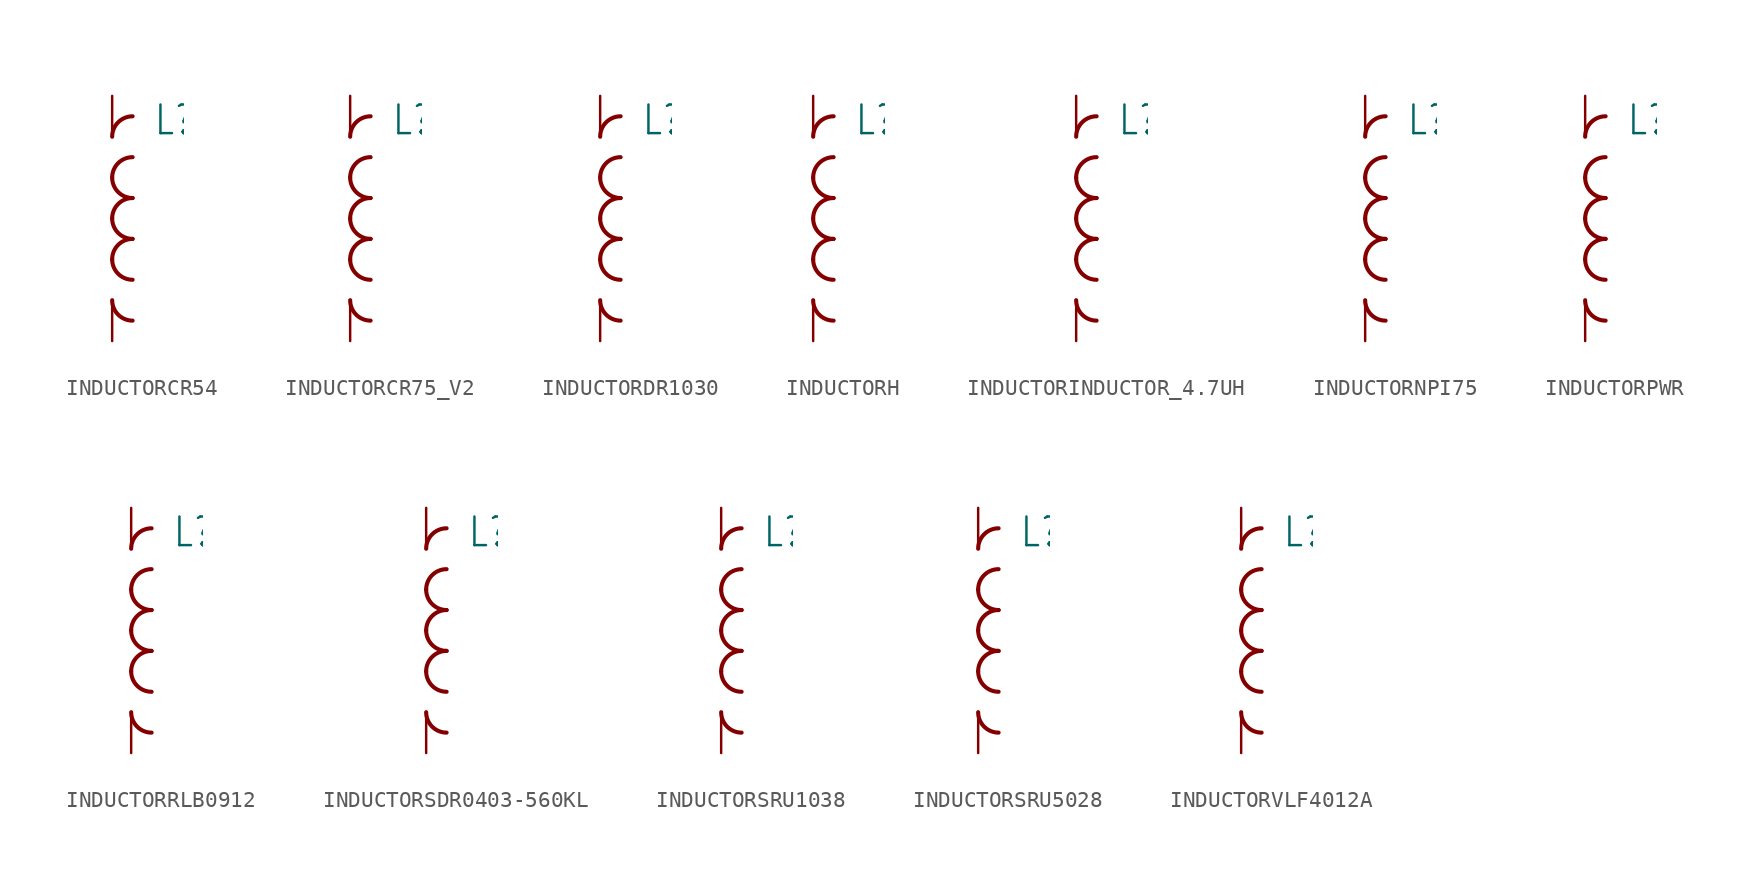
<source format=kicad_sym>
(kicad_symbol_lib
  (version 20241209)
  (generator "kicad_symbol_editor")
  (generator_version "9.0")
  (symbol "INDUCTORCR54"
    (property "Reference" "L"
      (at 2.54 5.08 0)
      (effects (font (size 1.778 1.511)) (justify left bottom)))
    (property "Value" ""
      (at 2.54 -5.08 0)
      (effects (font (size 1.778 1.511)) (justify left bottom)))
    (property "ki_locked" ""
      (at 0 0 0)
      (effects (font (size 1.27 1.27))))
    (symbol "INDUCTORCR54_1_0"
      (arc (start 0 5.08) (mid 0.372 5.978) (end 1.27 6.35) (stroke (width 0.254) (type solid)) (fill (type none)))
      (arc (start 0 2.54) (mid 0.372 3.438) (end 1.27 3.81) (stroke (width 0.254) (type solid)) (fill (type none)))
      (arc (start 1.27 1.27) (mid 0.372 1.642) (end 0 2.54) (stroke (width 0.254) (type solid)) (fill (type none)))
      (arc (start 0 0) (mid 0.372 0.898) (end 1.27 1.27) (stroke (width 0.254) (type solid)) (fill (type none)))
      (arc (start 1.27 -1.27) (mid 0.372 -0.898) (end 0 0) (stroke (width 0.254) (type solid)) (fill (type none)))
      (arc (start 0 -2.54) (mid 0.372 -1.642) (end 1.27 -1.27) (stroke (width 0.254) (type solid)) (fill (type none)))
      (arc (start 1.27 -3.81) (mid 0.372 -3.438) (end 0 -2.54) (stroke (width 0.254) (type solid)) (fill (type none)))
      (arc (start 1.27 -6.35) (mid 0.372 -5.978) (end 0 -5.08) (stroke (width 0.254) (type solid)) (fill (type none)))
      (pin passive line (at 0 7.62 270) (length 2.54) (name "1" (effects (font (size 0 0)))) (number "P$1" (effects (font (size 0 0)))))
      (pin passive line (at 0 -7.62 90) (length 2.54) (name "2" (effects (font (size 0 0)))) (number "P$2" (effects (font (size 0 0)))))))
  (symbol "INDUCTORCR75_V2"
    (property "Reference" "L"
      (at 2.54 5.08 0)
      (effects (font (size 1.778 1.511)) (justify left bottom)))
    (property "Value" ""
      (at 2.54 -5.08 0)
      (effects (font (size 1.778 1.511)) (justify left bottom)))
    (property "ki_locked" ""
      (at 0 0 0)
      (effects (font (size 1.27 1.27))))
    (symbol "INDUCTORCR75_V2_1_0"
      (arc (start 0 5.08) (mid 0.372 5.978) (end 1.27 6.35) (stroke (width 0.254) (type solid)) (fill (type none)))
      (arc (start 0 2.54) (mid 0.372 3.438) (end 1.27 3.81) (stroke (width 0.254) (type solid)) (fill (type none)))
      (arc (start 1.27 1.27) (mid 0.372 1.642) (end 0 2.54) (stroke (width 0.254) (type solid)) (fill (type none)))
      (arc (start 0 0) (mid 0.372 0.898) (end 1.27 1.27) (stroke (width 0.254) (type solid)) (fill (type none)))
      (arc (start 1.27 -1.27) (mid 0.372 -0.898) (end 0 0) (stroke (width 0.254) (type solid)) (fill (type none)))
      (arc (start 0 -2.54) (mid 0.372 -1.642) (end 1.27 -1.27) (stroke (width 0.254) (type solid)) (fill (type none)))
      (arc (start 1.27 -3.81) (mid 0.372 -3.438) (end 0 -2.54) (stroke (width 0.254) (type solid)) (fill (type none)))
      (arc (start 1.27 -6.35) (mid 0.372 -5.978) (end 0 -5.08) (stroke (width 0.254) (type solid)) (fill (type none)))
      (pin passive line (at 0 7.62 270) (length 2.54) (name "1" (effects (font (size 0 0)))) (number "P$1" (effects (font (size 0 0)))))
      (pin passive line (at 0 -7.62 90) (length 2.54) (name "2" (effects (font (size 0 0)))) (number "P$2" (effects (font (size 0 0)))))))
  (symbol "INDUCTORDR1030"
    (property "Reference" "L"
      (at 2.54 5.08 0)
      (effects (font (size 1.778 1.511)) (justify left bottom)))
    (property "Value" ""
      (at 2.54 -5.08 0)
      (effects (font (size 1.778 1.511)) (justify left bottom)))
    (property "ki_locked" ""
      (at 0 0 0)
      (effects (font (size 1.27 1.27))))
    (symbol "INDUCTORDR1030_1_0"
      (arc (start 0 5.08) (mid 0.372 5.978) (end 1.27 6.35) (stroke (width 0.254) (type solid)) (fill (type none)))
      (arc (start 0 2.54) (mid 0.372 3.438) (end 1.27 3.81) (stroke (width 0.254) (type solid)) (fill (type none)))
      (arc (start 1.27 1.27) (mid 0.372 1.642) (end 0 2.54) (stroke (width 0.254) (type solid)) (fill (type none)))
      (arc (start 0 0) (mid 0.372 0.898) (end 1.27 1.27) (stroke (width 0.254) (type solid)) (fill (type none)))
      (arc (start 1.27 -1.27) (mid 0.372 -0.898) (end 0 0) (stroke (width 0.254) (type solid)) (fill (type none)))
      (arc (start 0 -2.54) (mid 0.372 -1.642) (end 1.27 -1.27) (stroke (width 0.254) (type solid)) (fill (type none)))
      (arc (start 1.27 -3.81) (mid 0.372 -3.438) (end 0 -2.54) (stroke (width 0.254) (type solid)) (fill (type none)))
      (arc (start 1.27 -6.35) (mid 0.372 -5.978) (end 0 -5.08) (stroke (width 0.254) (type solid)) (fill (type none)))
      (pin passive line (at 0 7.62 270) (length 2.54) (name "1" (effects (font (size 0 0)))) (number "1" (effects (font (size 0 0)))))
      (pin passive line (at 0 -7.62 90) (length 2.54) (name "2" (effects (font (size 0 0)))) (number "2" (effects (font (size 0 0)))))))
  (symbol "INDUCTORH"
    (property "Reference" "L"
      (at 2.54 5.08 0)
      (effects (font (size 1.778 1.511)) (justify left bottom)))
    (property "Value" ""
      (at 2.54 -5.08 0)
      (effects (font (size 1.778 1.511)) (justify left bottom)))
    (property "ki_locked" ""
      (at 0 0 0)
      (effects (font (size 1.27 1.27))))
    (symbol "INDUCTORH_1_0"
      (arc (start 0 5.08) (mid 0.372 5.978) (end 1.27 6.35) (stroke (width 0.254) (type solid)) (fill (type none)))
      (arc (start 0 2.54) (mid 0.372 3.438) (end 1.27 3.81) (stroke (width 0.254) (type solid)) (fill (type none)))
      (arc (start 1.27 1.27) (mid 0.372 1.642) (end 0 2.54) (stroke (width 0.254) (type solid)) (fill (type none)))
      (arc (start 0 0) (mid 0.372 0.898) (end 1.27 1.27) (stroke (width 0.254) (type solid)) (fill (type none)))
      (arc (start 1.27 -1.27) (mid 0.372 -0.898) (end 0 0) (stroke (width 0.254) (type solid)) (fill (type none)))
      (arc (start 0 -2.54) (mid 0.372 -1.642) (end 1.27 -1.27) (stroke (width 0.254) (type solid)) (fill (type none)))
      (arc (start 1.27 -3.81) (mid 0.372 -3.438) (end 0 -2.54) (stroke (width 0.254) (type solid)) (fill (type none)))
      (arc (start 1.27 -6.35) (mid 0.372 -5.978) (end 0 -5.08) (stroke (width 0.254) (type solid)) (fill (type none)))
      (pin passive line (at 0 7.62 270) (length 2.54) (name "1" (effects (font (size 0 0)))) (number "P$1" (effects (font (size 0 0)))))
      (pin passive line (at 0 -7.62 90) (length 2.54) (name "2" (effects (font (size 0 0)))) (number "P$2" (effects (font (size 0 0)))))))
  (symbol "INDUCTORINDUCTOR_4.7UH"
    (property "Reference" "L"
      (at 2.54 5.08 0)
      (effects (font (size 1.778 1.511)) (justify left bottom)))
    (property "Value" ""
      (at 2.54 -5.08 0)
      (effects (font (size 1.778 1.511)) (justify left bottom)))
    (property "ki_locked" ""
      (at 0 0 0)
      (effects (font (size 1.27 1.27))))
    (symbol "INDUCTORINDUCTOR_4.7UH_1_0"
      (arc (start 0 5.08) (mid 0.372 5.978) (end 1.27 6.35) (stroke (width 0.254) (type solid)) (fill (type none)))
      (arc (start 0 2.54) (mid 0.372 3.438) (end 1.27 3.81) (stroke (width 0.254) (type solid)) (fill (type none)))
      (arc (start 1.27 1.27) (mid 0.372 1.642) (end 0 2.54) (stroke (width 0.254) (type solid)) (fill (type none)))
      (arc (start 0 0) (mid 0.372 0.898) (end 1.27 1.27) (stroke (width 0.254) (type solid)) (fill (type none)))
      (arc (start 1.27 -1.27) (mid 0.372 -0.898) (end 0 0) (stroke (width 0.254) (type solid)) (fill (type none)))
      (arc (start 0 -2.54) (mid 0.372 -1.642) (end 1.27 -1.27) (stroke (width 0.254) (type solid)) (fill (type none)))
      (arc (start 1.27 -3.81) (mid 0.372 -3.438) (end 0 -2.54) (stroke (width 0.254) (type solid)) (fill (type none)))
      (arc (start 1.27 -6.35) (mid 0.372 -5.978) (end 0 -5.08) (stroke (width 0.254) (type solid)) (fill (type none)))
      (pin passive line (at 0 7.62 270) (length 2.54) (name "1" (effects (font (size 0 0)))) (number "P$1" (effects (font (size 0 0)))))
      (pin passive line (at 0 -7.62 90) (length 2.54) (name "2" (effects (font (size 0 0)))) (number "P$2" (effects (font (size 0 0)))))))
  (symbol "INDUCTORNPI75"
    (property "Reference" "L"
      (at 2.54 5.08 0)
      (effects (font (size 1.778 1.511)) (justify left bottom)))
    (property "Value" ""
      (at 2.54 -5.08 0)
      (effects (font (size 1.778 1.511)) (justify left bottom)))
    (property "ki_locked" ""
      (at 0 0 0)
      (effects (font (size 1.27 1.27))))
    (symbol "INDUCTORNPI75_1_0"
      (arc (start 0 5.08) (mid 0.372 5.978) (end 1.27 6.35) (stroke (width 0.254) (type solid)) (fill (type none)))
      (arc (start 0 2.54) (mid 0.372 3.438) (end 1.27 3.81) (stroke (width 0.254) (type solid)) (fill (type none)))
      (arc (start 1.27 1.27) (mid 0.372 1.642) (end 0 2.54) (stroke (width 0.254) (type solid)) (fill (type none)))
      (arc (start 0 0) (mid 0.372 0.898) (end 1.27 1.27) (stroke (width 0.254) (type solid)) (fill (type none)))
      (arc (start 1.27 -1.27) (mid 0.372 -0.898) (end 0 0) (stroke (width 0.254) (type solid)) (fill (type none)))
      (arc (start 0 -2.54) (mid 0.372 -1.642) (end 1.27 -1.27) (stroke (width 0.254) (type solid)) (fill (type none)))
      (arc (start 1.27 -3.81) (mid 0.372 -3.438) (end 0 -2.54) (stroke (width 0.254) (type solid)) (fill (type none)))
      (arc (start 1.27 -6.35) (mid 0.372 -5.978) (end 0 -5.08) (stroke (width 0.254) (type solid)) (fill (type none)))
      (pin passive line (at 0 7.62 270) (length 2.54) (name "1" (effects (font (size 0 0)))) (number "1" (effects (font (size 0 0)))))
      (pin passive line (at 0 -7.62 90) (length 2.54) (name "2" (effects (font (size 0 0)))) (number "2" (effects (font (size 0 0)))))))
  (symbol "INDUCTORPWR"
    (property "Reference" "L"
      (at 2.54 5.08 0)
      (effects (font (size 1.778 1.511)) (justify left bottom)))
    (property "Value" ""
      (at 2.54 -5.08 0)
      (effects (font (size 1.778 1.511)) (justify left bottom)))
    (property "ki_locked" ""
      (at 0 0 0)
      (effects (font (size 1.27 1.27))))
    (symbol "INDUCTORPWR_1_0"
      (arc (start 0 5.08) (mid 0.372 5.978) (end 1.27 6.35) (stroke (width 0.254) (type solid)) (fill (type none)))
      (arc (start 0 2.54) (mid 0.372 3.438) (end 1.27 3.81) (stroke (width 0.254) (type solid)) (fill (type none)))
      (arc (start 1.27 1.27) (mid 0.372 1.642) (end 0 2.54) (stroke (width 0.254) (type solid)) (fill (type none)))
      (arc (start 0 0) (mid 0.372 0.898) (end 1.27 1.27) (stroke (width 0.254) (type solid)) (fill (type none)))
      (arc (start 1.27 -1.27) (mid 0.372 -0.898) (end 0 0) (stroke (width 0.254) (type solid)) (fill (type none)))
      (arc (start 0 -2.54) (mid 0.372 -1.642) (end 1.27 -1.27) (stroke (width 0.254) (type solid)) (fill (type none)))
      (arc (start 1.27 -3.81) (mid 0.372 -3.438) (end 0 -2.54) (stroke (width 0.254) (type solid)) (fill (type none)))
      (arc (start 1.27 -6.35) (mid 0.372 -5.978) (end 0 -5.08) (stroke (width 0.254) (type solid)) (fill (type none)))
      (pin passive line (at 0 7.62 270) (length 2.54) (name "1" (effects (font (size 0 0)))) (number "1" (effects (font (size 0 0)))))
      (pin passive line (at 0 -7.62 90) (length 2.54) (name "2" (effects (font (size 0 0)))) (number "2" (effects (font (size 0 0)))))))
  (symbol "INDUCTORRLB0912"
    (property "Reference" "L"
      (at 2.54 5.08 0)
      (effects (font (size 1.778 1.511)) (justify left bottom)))
    (property "Value" ""
      (at 2.54 -5.08 0)
      (effects (font (size 1.778 1.511)) (justify left bottom)))
    (property "ki_locked" ""
      (at 0 0 0)
      (effects (font (size 1.27 1.27))))
    (symbol "INDUCTORRLB0912_1_0"
      (arc (start 0 5.08) (mid 0.372 5.978) (end 1.27 6.35) (stroke (width 0.254) (type solid)) (fill (type none)))
      (arc (start 0 2.54) (mid 0.372 3.438) (end 1.27 3.81) (stroke (width 0.254) (type solid)) (fill (type none)))
      (arc (start 1.27 1.27) (mid 0.372 1.642) (end 0 2.54) (stroke (width 0.254) (type solid)) (fill (type none)))
      (arc (start 0 0) (mid 0.372 0.898) (end 1.27 1.27) (stroke (width 0.254) (type solid)) (fill (type none)))
      (arc (start 1.27 -1.27) (mid 0.372 -0.898) (end 0 0) (stroke (width 0.254) (type solid)) (fill (type none)))
      (arc (start 0 -2.54) (mid 0.372 -1.642) (end 1.27 -1.27) (stroke (width 0.254) (type solid)) (fill (type none)))
      (arc (start 1.27 -3.81) (mid 0.372 -3.438) (end 0 -2.54) (stroke (width 0.254) (type solid)) (fill (type none)))
      (arc (start 1.27 -6.35) (mid 0.372 -5.978) (end 0 -5.08) (stroke (width 0.254) (type solid)) (fill (type none)))
      (pin passive line (at 0 7.62 270) (length 2.54) (name "1" (effects (font (size 0 0)))) (number "1" (effects (font (size 0 0)))))
      (pin passive line (at 0 -7.62 90) (length 2.54) (name "2" (effects (font (size 0 0)))) (number "2" (effects (font (size 0 0)))))))
  (symbol "INDUCTORSDR0403-560KL"
    (property "Reference" "L"
      (at 2.54 5.08 0)
      (effects (font (size 1.778 1.511)) (justify left bottom)))
    (property "Value" ""
      (at 2.54 -5.08 0)
      (effects (font (size 1.778 1.511)) (justify left bottom)))
    (property "ki_locked" ""
      (at 0 0 0)
      (effects (font (size 1.27 1.27))))
    (symbol "INDUCTORSDR0403-560KL_1_0"
      (arc (start 0 5.08) (mid 0.372 5.978) (end 1.27 6.35) (stroke (width 0.254) (type solid)) (fill (type none)))
      (arc (start 0 2.54) (mid 0.372 3.438) (end 1.27 3.81) (stroke (width 0.254) (type solid)) (fill (type none)))
      (arc (start 1.27 1.27) (mid 0.372 1.642) (end 0 2.54) (stroke (width 0.254) (type solid)) (fill (type none)))
      (arc (start 0 0) (mid 0.372 0.898) (end 1.27 1.27) (stroke (width 0.254) (type solid)) (fill (type none)))
      (arc (start 1.27 -1.27) (mid 0.372 -0.898) (end 0 0) (stroke (width 0.254) (type solid)) (fill (type none)))
      (arc (start 0 -2.54) (mid 0.372 -1.642) (end 1.27 -1.27) (stroke (width 0.254) (type solid)) (fill (type none)))
      (arc (start 1.27 -3.81) (mid 0.372 -3.438) (end 0 -2.54) (stroke (width 0.254) (type solid)) (fill (type none)))
      (arc (start 1.27 -6.35) (mid 0.372 -5.978) (end 0 -5.08) (stroke (width 0.254) (type solid)) (fill (type none)))
      (pin passive line (at 0 7.62 270) (length 2.54) (name "1" (effects (font (size 0 0)))) (number "P$1" (effects (font (size 0 0)))))
      (pin passive line (at 0 -7.62 90) (length 2.54) (name "2" (effects (font (size 0 0)))) (number "P$2" (effects (font (size 0 0)))))))
  (symbol "INDUCTORSRU1038"
    (property "Reference" "L"
      (at 2.54 5.08 0)
      (effects (font (size 1.778 1.511)) (justify left bottom)))
    (property "Value" ""
      (at 2.54 -5.08 0)
      (effects (font (size 1.778 1.511)) (justify left bottom)))
    (property "ki_locked" ""
      (at 0 0 0)
      (effects (font (size 1.27 1.27))))
    (symbol "INDUCTORSRU1038_1_0"
      (arc (start 0 5.08) (mid 0.372 5.978) (end 1.27 6.35) (stroke (width 0.254) (type solid)) (fill (type none)))
      (arc (start 0 2.54) (mid 0.372 3.438) (end 1.27 3.81) (stroke (width 0.254) (type solid)) (fill (type none)))
      (arc (start 1.27 1.27) (mid 0.372 1.642) (end 0 2.54) (stroke (width 0.254) (type solid)) (fill (type none)))
      (arc (start 0 0) (mid 0.372 0.898) (end 1.27 1.27) (stroke (width 0.254) (type solid)) (fill (type none)))
      (arc (start 1.27 -1.27) (mid 0.372 -0.898) (end 0 0) (stroke (width 0.254) (type solid)) (fill (type none)))
      (arc (start 0 -2.54) (mid 0.372 -1.642) (end 1.27 -1.27) (stroke (width 0.254) (type solid)) (fill (type none)))
      (arc (start 1.27 -3.81) (mid 0.372 -3.438) (end 0 -2.54) (stroke (width 0.254) (type solid)) (fill (type none)))
      (arc (start 1.27 -6.35) (mid 0.372 -5.978) (end 0 -5.08) (stroke (width 0.254) (type solid)) (fill (type none)))
      (pin passive line (at 0 7.62 270) (length 2.54) (name "1" (effects (font (size 0 0)))) (number "1" (effects (font (size 0 0)))))
      (pin passive line (at 0 -7.62 90) (length 2.54) (name "2" (effects (font (size 0 0)))) (number "2" (effects (font (size 0 0)))))))
  (symbol "INDUCTORSRU5028"
    (property "Reference" "L"
      (at 2.54 5.08 0)
      (effects (font (size 1.778 1.511)) (justify left bottom)))
    (property "Value" ""
      (at 2.54 -5.08 0)
      (effects (font (size 1.778 1.511)) (justify left bottom)))
    (property "ki_locked" ""
      (at 0 0 0)
      (effects (font (size 1.27 1.27))))
    (symbol "INDUCTORSRU5028_1_0"
      (arc (start 0 5.08) (mid 0.372 5.978) (end 1.27 6.35) (stroke (width 0.254) (type solid)) (fill (type none)))
      (arc (start 0 2.54) (mid 0.372 3.438) (end 1.27 3.81) (stroke (width 0.254) (type solid)) (fill (type none)))
      (arc (start 1.27 1.27) (mid 0.372 1.642) (end 0 2.54) (stroke (width 0.254) (type solid)) (fill (type none)))
      (arc (start 0 0) (mid 0.372 0.898) (end 1.27 1.27) (stroke (width 0.254) (type solid)) (fill (type none)))
      (arc (start 1.27 -1.27) (mid 0.372 -0.898) (end 0 0) (stroke (width 0.254) (type solid)) (fill (type none)))
      (arc (start 0 -2.54) (mid 0.372 -1.642) (end 1.27 -1.27) (stroke (width 0.254) (type solid)) (fill (type none)))
      (arc (start 1.27 -3.81) (mid 0.372 -3.438) (end 0 -2.54) (stroke (width 0.254) (type solid)) (fill (type none)))
      (arc (start 1.27 -6.35) (mid 0.372 -5.978) (end 0 -5.08) (stroke (width 0.254) (type solid)) (fill (type none)))
      (pin passive line (at 0 7.62 270) (length 2.54) (name "1" (effects (font (size 0 0)))) (number "1" (effects (font (size 0 0)))))
      (pin passive line (at 0 -7.62 90) (length 2.54) (name "2" (effects (font (size 0 0)))) (number "2" (effects (font (size 0 0)))))))
  (symbol "INDUCTORVLF4012A"
    (property "Reference" "L"
      (at 2.54 5.08 0)
      (effects (font (size 1.778 1.511)) (justify left bottom)))
    (property "Value" ""
      (at 2.54 -5.08 0)
      (effects (font (size 1.778 1.511)) (justify left bottom)))
    (property "ki_locked" ""
      (at 0 0 0)
      (effects (font (size 1.27 1.27))))
    (symbol "INDUCTORVLF4012A_1_0"
      (arc (start 0 5.08) (mid 0.372 5.978) (end 1.27 6.35) (stroke (width 0.254) (type solid)) (fill (type none)))
      (arc (start 0 2.54) (mid 0.372 3.438) (end 1.27 3.81) (stroke (width 0.254) (type solid)) (fill (type none)))
      (arc (start 1.27 1.27) (mid 0.372 1.642) (end 0 2.54) (stroke (width 0.254) (type solid)) (fill (type none)))
      (arc (start 0 0) (mid 0.372 0.898) (end 1.27 1.27) (stroke (width 0.254) (type solid)) (fill (type none)))
      (arc (start 1.27 -1.27) (mid 0.372 -0.898) (end 0 0) (stroke (width 0.254) (type solid)) (fill (type none)))
      (arc (start 0 -2.54) (mid 0.372 -1.642) (end 1.27 -1.27) (stroke (width 0.254) (type solid)) (fill (type none)))
      (arc (start 1.27 -3.81) (mid 0.372 -3.438) (end 0 -2.54) (stroke (width 0.254) (type solid)) (fill (type none)))
      (arc (start 1.27 -6.35) (mid 0.372 -5.978) (end 0 -5.08) (stroke (width 0.254) (type solid)) (fill (type none)))
      (pin passive line (at 0 7.62 270) (length 2.54) (name "1" (effects (font (size 0 0)))) (number "P$1" (effects (font (size 0 0)))))
      (pin passive line (at 0 -7.62 90) (length 2.54) (name "2" (effects (font (size 0 0)))) (number "P$2" (effects (font (size 0 0))))))))
</source>
